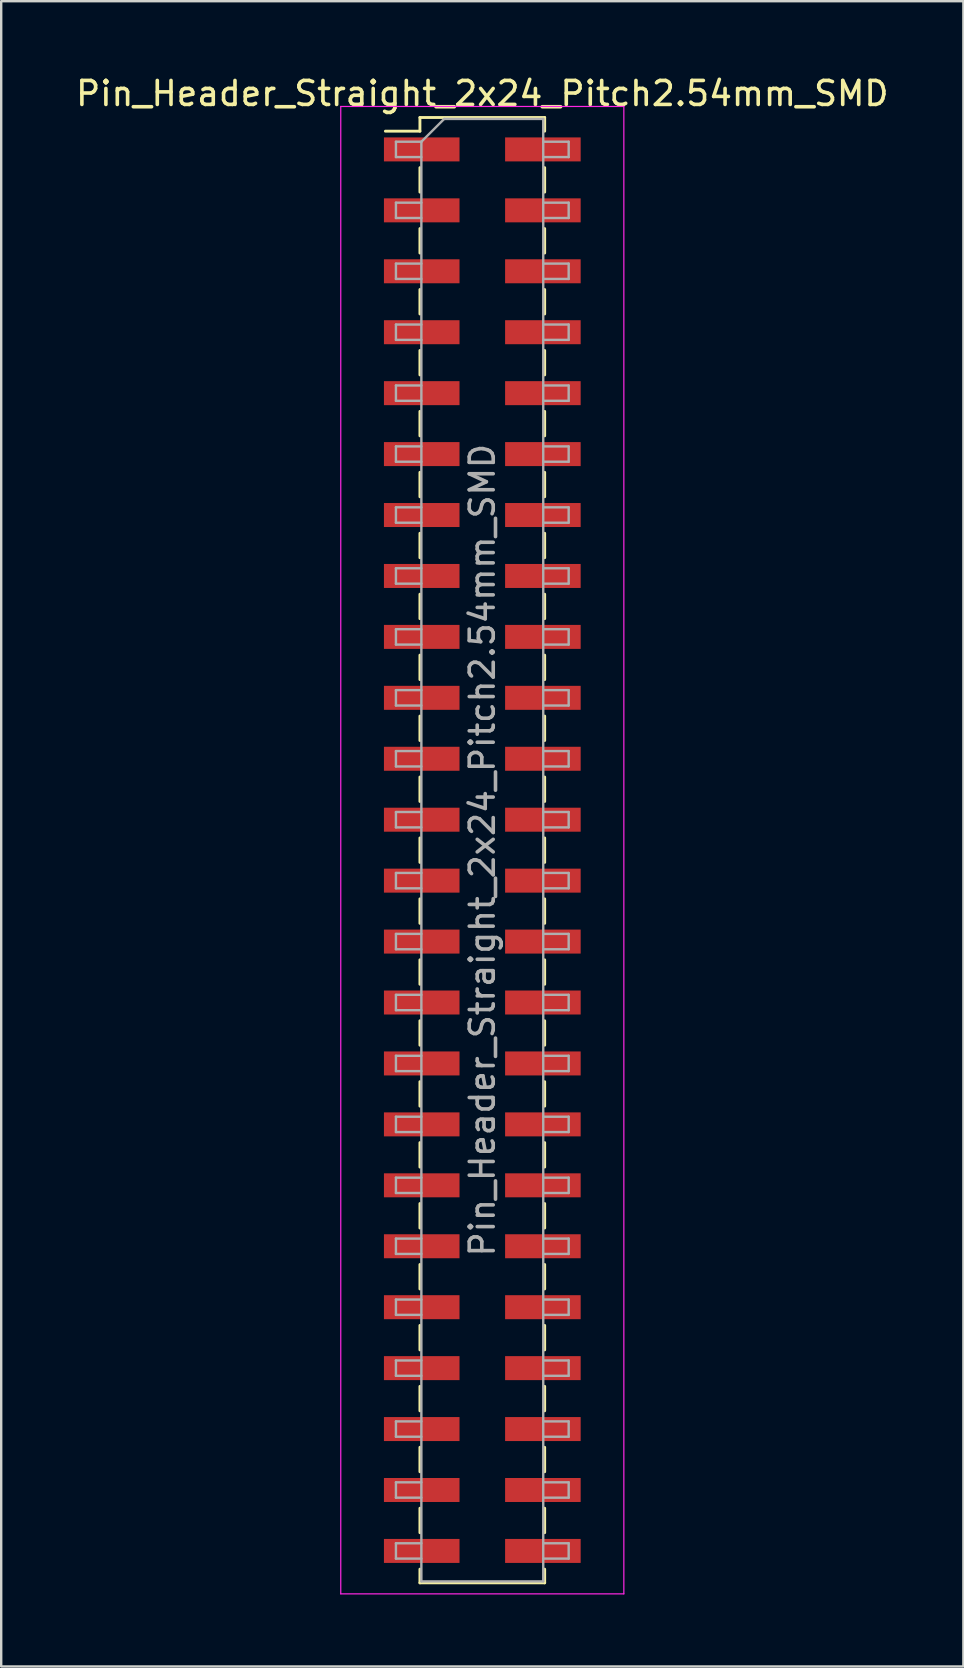
<source format=kicad_pcb>
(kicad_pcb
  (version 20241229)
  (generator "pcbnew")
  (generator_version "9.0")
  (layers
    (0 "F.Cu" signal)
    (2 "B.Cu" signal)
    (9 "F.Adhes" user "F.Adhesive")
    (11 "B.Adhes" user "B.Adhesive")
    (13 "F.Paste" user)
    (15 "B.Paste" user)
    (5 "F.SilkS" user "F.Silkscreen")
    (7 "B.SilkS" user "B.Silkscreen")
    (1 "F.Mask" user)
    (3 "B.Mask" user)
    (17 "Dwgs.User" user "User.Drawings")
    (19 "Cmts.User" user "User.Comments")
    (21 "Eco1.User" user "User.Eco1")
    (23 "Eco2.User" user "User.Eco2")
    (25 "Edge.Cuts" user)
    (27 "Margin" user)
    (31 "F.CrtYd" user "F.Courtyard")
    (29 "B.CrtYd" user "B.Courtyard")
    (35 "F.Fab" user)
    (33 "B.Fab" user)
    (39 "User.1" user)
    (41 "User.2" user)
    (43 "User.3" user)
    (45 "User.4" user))
  (footprint "Pin_Header_Straight_2x24_Pitch2.54mm_SMD"
    (layer "F.Cu")
    (at 17.054 32.388)
    (property "Reference" "Pin_Header_Straight_2x24_Pitch2.54mm_SMD" (at 0 -31.54 0) (layer "F.SilkS") (effects (font (size 1 1) (thickness 0.15))))
    (attr smd)
    (fp_line (start -4.04 -29.97) (end -2.6 -29.97) (stroke (width 0.12) (type solid)) (layer "F.SilkS"))
    (fp_line (start -2.6 -30.54) (end -2.6 -29.97) (stroke (width 0.12) (type solid)) (layer "F.SilkS"))
    (fp_line (start -2.6 -30.54) (end 2.6 -30.54) (stroke (width 0.12) (type solid)) (layer "F.SilkS"))
    (fp_line (start -2.6 -28.45) (end -2.6 -27.43) (stroke (width 0.12) (type solid)) (layer "F.SilkS"))
    (fp_line (start -2.6 -25.91) (end -2.6 -24.89) (stroke (width 0.12) (type solid)) (layer "F.SilkS"))
    (fp_line (start -2.6 -23.37) (end -2.6 -22.35) (stroke (width 0.12) (type solid)) (layer "F.SilkS"))
    (fp_line (start -2.6 -20.83) (end -2.6 -19.81) (stroke (width 0.12) (type solid)) (layer "F.SilkS"))
    (fp_line (start -2.6 -18.29) (end -2.6 -17.27) (stroke (width 0.12) (type solid)) (layer "F.SilkS"))
    (fp_line (start -2.6 -15.75) (end -2.6 -14.73) (stroke (width 0.12) (type solid)) (layer "F.SilkS"))
    (fp_line (start -2.6 -13.21) (end -2.6 -12.19) (stroke (width 0.12) (type solid)) (layer "F.SilkS"))
    (fp_line (start -2.6 -10.67) (end -2.6 -9.65) (stroke (width 0.12) (type solid)) (layer "F.SilkS"))
    (fp_line (start -2.6 -8.13) (end -2.6 -7.11) (stroke (width 0.12) (type solid)) (layer "F.SilkS"))
    (fp_line (start -2.6 -5.59) (end -2.6 -4.57) (stroke (width 0.12) (type solid)) (layer "F.SilkS"))
    (fp_line (start -2.6 -3.05) (end -2.6 -2.03) (stroke (width 0.12) (type solid)) (layer "F.SilkS"))
    (fp_line (start -2.6 -0.51) (end -2.6 0.51) (stroke (width 0.12) (type solid)) (layer "F.SilkS"))
    (fp_line (start -2.6 2.03) (end -2.6 3.05) (stroke (width 0.12) (type solid)) (layer "F.SilkS"))
    (fp_line (start -2.6 4.57) (end -2.6 5.59) (stroke (width 0.12) (type solid)) (layer "F.SilkS"))
    (fp_line (start -2.6 7.11) (end -2.6 8.13) (stroke (width 0.12) (type solid)) (layer "F.SilkS"))
    (fp_line (start -2.6 9.65) (end -2.6 10.67) (stroke (width 0.12) (type solid)) (layer "F.SilkS"))
    (fp_line (start -2.6 12.19) (end -2.6 13.21) (stroke (width 0.12) (type solid)) (layer "F.SilkS"))
    (fp_line (start -2.6 14.73) (end -2.6 15.75) (stroke (width 0.12) (type solid)) (layer "F.SilkS"))
    (fp_line (start -2.6 17.27) (end -2.6 18.29) (stroke (width 0.12) (type solid)) (layer "F.SilkS"))
    (fp_line (start -2.6 19.81) (end -2.6 20.83) (stroke (width 0.12) (type solid)) (layer "F.SilkS"))
    (fp_line (start -2.6 22.35) (end -2.6 23.37) (stroke (width 0.12) (type solid)) (layer "F.SilkS"))
    (fp_line (start -2.6 24.89) (end -2.6 25.91) (stroke (width 0.12) (type solid)) (layer "F.SilkS"))
    (fp_line (start -2.6 27.43) (end -2.6 28.45) (stroke (width 0.12) (type solid)) (layer "F.SilkS"))
    (fp_line (start -2.6 29.97) (end -2.6 30.54) (stroke (width 0.12) (type solid)) (layer "F.SilkS"))
    (fp_line (start -2.6 30.54) (end 2.6 30.54) (stroke (width 0.12) (type solid)) (layer "F.SilkS"))
    (fp_line (start 2.6 -30.54) (end 2.6 -29.97) (stroke (width 0.12) (type solid)) (layer "F.SilkS"))
    (fp_line (start 2.6 -28.45) (end 2.6 -27.43) (stroke (width 0.12) (type solid)) (layer "F.SilkS"))
    (fp_line (start 2.6 -25.91) (end 2.6 -24.89) (stroke (width 0.12) (type solid)) (layer "F.SilkS"))
    (fp_line (start 2.6 -23.37) (end 2.6 -22.35) (stroke (width 0.12) (type solid)) (layer "F.SilkS"))
    (fp_line (start 2.6 -20.83) (end 2.6 -19.81) (stroke (width 0.12) (type solid)) (layer "F.SilkS"))
    (fp_line (start 2.6 -18.29) (end 2.6 -17.27) (stroke (width 0.12) (type solid)) (layer "F.SilkS"))
    (fp_line (start 2.6 -15.75) (end 2.6 -14.73) (stroke (width 0.12) (type solid)) (layer "F.SilkS"))
    (fp_line (start 2.6 -13.21) (end 2.6 -12.19) (stroke (width 0.12) (type solid)) (layer "F.SilkS"))
    (fp_line (start 2.6 -10.67) (end 2.6 -9.65) (stroke (width 0.12) (type solid)) (layer "F.SilkS"))
    (fp_line (start 2.6 -8.13) (end 2.6 -7.11) (stroke (width 0.12) (type solid)) (layer "F.SilkS"))
    (fp_line (start 2.6 -5.59) (end 2.6 -4.57) (stroke (width 0.12) (type solid)) (layer "F.SilkS"))
    (fp_line (start 2.6 -3.05) (end 2.6 -2.03) (stroke (width 0.12) (type solid)) (layer "F.SilkS"))
    (fp_line (start 2.6 -0.51) (end 2.6 0.51) (stroke (width 0.12) (type solid)) (layer "F.SilkS"))
    (fp_line (start 2.6 2.03) (end 2.6 3.05) (stroke (width 0.12) (type solid)) (layer "F.SilkS"))
    (fp_line (start 2.6 4.57) (end 2.6 5.59) (stroke (width 0.12) (type solid)) (layer "F.SilkS"))
    (fp_line (start 2.6 7.11) (end 2.6 8.13) (stroke (width 0.12) (type solid)) (layer "F.SilkS"))
    (fp_line (start 2.6 9.65) (end 2.6 10.67) (stroke (width 0.12) (type solid)) (layer "F.SilkS"))
    (fp_line (start 2.6 12.19) (end 2.6 13.21) (stroke (width 0.12) (type solid)) (layer "F.SilkS"))
    (fp_line (start 2.6 14.73) (end 2.6 15.75) (stroke (width 0.12) (type solid)) (layer "F.SilkS"))
    (fp_line (start 2.6 17.27) (end 2.6 18.29) (stroke (width 0.12) (type solid)) (layer "F.SilkS"))
    (fp_line (start 2.6 19.81) (end 2.6 20.83) (stroke (width 0.12) (type solid)) (layer "F.SilkS"))
    (fp_line (start 2.6 22.35) (end 2.6 23.37) (stroke (width 0.12) (type solid)) (layer "F.SilkS"))
    (fp_line (start 2.6 24.89) (end 2.6 25.91) (stroke (width 0.12) (type solid)) (layer "F.SilkS"))
    (fp_line (start 2.6 27.43) (end 2.6 28.45) (stroke (width 0.12) (type solid)) (layer "F.SilkS"))
    (fp_line (start 2.6 29.97) (end 2.6 30.54) (stroke (width 0.12) (type solid)) (layer "F.SilkS"))
    (fp_line (start -5.9 -31) (end -5.9 31) (stroke (width 0.05) (type solid)) (layer "F.CrtYd"))
    (fp_line (start -5.9 31) (end 5.9 31) (stroke (width 0.05) (type solid)) (layer "F.CrtYd"))
    (fp_line (start 5.9 -31) (end -5.9 -31) (stroke (width 0.05) (type solid)) (layer "F.CrtYd"))
    (fp_line (start 5.9 31) (end 5.9 -31) (stroke (width 0.05) (type solid)) (layer "F.CrtYd"))
    (fp_line (start -3.6 -29.53) (end -3.6 -28.89) (stroke (width 0.1) (type solid)) (layer "F.Fab"))
    (fp_line (start -3.6 -28.89) (end -2.54 -28.89) (stroke (width 0.1) (type solid)) (layer "F.Fab"))
    (fp_line (start -3.6 -26.99) (end -3.6 -26.35) (stroke (width 0.1) (type solid)) (layer "F.Fab"))
    (fp_line (start -3.6 -26.35) (end -2.54 -26.35) (stroke (width 0.1) (type solid)) (layer "F.Fab"))
    (fp_line (start -3.6 -24.45) (end -3.6 -23.81) (stroke (width 0.1) (type solid)) (layer "F.Fab"))
    (fp_line (start -3.6 -23.81) (end -2.54 -23.81) (stroke (width 0.1) (type solid)) (layer "F.Fab"))
    (fp_line (start -3.6 -21.91) (end -3.6 -21.27) (stroke (width 0.1) (type solid)) (layer "F.Fab"))
    (fp_line (start -3.6 -21.27) (end -2.54 -21.27) (stroke (width 0.1) (type solid)) (layer "F.Fab"))
    (fp_line (start -3.6 -19.37) (end -3.6 -18.73) (stroke (width 0.1) (type solid)) (layer "F.Fab"))
    (fp_line (start -3.6 -18.73) (end -2.54 -18.73) (stroke (width 0.1) (type solid)) (layer "F.Fab"))
    (fp_line (start -3.6 -16.83) (end -3.6 -16.19) (stroke (width 0.1) (type solid)) (layer "F.Fab"))
    (fp_line (start -3.6 -16.19) (end -2.54 -16.19) (stroke (width 0.1) (type solid)) (layer "F.Fab"))
    (fp_line (start -3.6 -14.29) (end -3.6 -13.65) (stroke (width 0.1) (type solid)) (layer "F.Fab"))
    (fp_line (start -3.6 -13.65) (end -2.54 -13.65) (stroke (width 0.1) (type solid)) (layer "F.Fab"))
    (fp_line (start -3.6 -11.75) (end -3.6 -11.11) (stroke (width 0.1) (type solid)) (layer "F.Fab"))
    (fp_line (start -3.6 -11.11) (end -2.54 -11.11) (stroke (width 0.1) (type solid)) (layer "F.Fab"))
    (fp_line (start -3.6 -9.21) (end -3.6 -8.57) (stroke (width 0.1) (type solid)) (layer "F.Fab"))
    (fp_line (start -3.6 -8.57) (end -2.54 -8.57) (stroke (width 0.1) (type solid)) (layer "F.Fab"))
    (fp_line (start -3.6 -6.67) (end -3.6 -6.03) (stroke (width 0.1) (type solid)) (layer "F.Fab"))
    (fp_line (start -3.6 -6.03) (end -2.54 -6.03) (stroke (width 0.1) (type solid)) (layer "F.Fab"))
    (fp_line (start -3.6 -4.13) (end -3.6 -3.49) (stroke (width 0.1) (type solid)) (layer "F.Fab"))
    (fp_line (start -3.6 -3.49) (end -2.54 -3.49) (stroke (width 0.1) (type solid)) (layer "F.Fab"))
    (fp_line (start -3.6 -1.59) (end -3.6 -0.95) (stroke (width 0.1) (type solid)) (layer "F.Fab"))
    (fp_line (start -3.6 -0.95) (end -2.54 -0.95) (stroke (width 0.1) (type solid)) (layer "F.Fab"))
    (fp_line (start -3.6 0.95) (end -3.6 1.59) (stroke (width 0.1) (type solid)) (layer "F.Fab"))
    (fp_line (start -3.6 1.59) (end -2.54 1.59) (stroke (width 0.1) (type solid)) (layer "F.Fab"))
    (fp_line (start -3.6 3.49) (end -3.6 4.13) (stroke (width 0.1) (type solid)) (layer "F.Fab"))
    (fp_line (start -3.6 4.13) (end -2.54 4.13) (stroke (width 0.1) (type solid)) (layer "F.Fab"))
    (fp_line (start -3.6 6.03) (end -3.6 6.67) (stroke (width 0.1) (type solid)) (layer "F.Fab"))
    (fp_line (start -3.6 6.67) (end -2.54 6.67) (stroke (width 0.1) (type solid)) (layer "F.Fab"))
    (fp_line (start -3.6 8.57) (end -3.6 9.21) (stroke (width 0.1) (type solid)) (layer "F.Fab"))
    (fp_line (start -3.6 9.21) (end -2.54 9.21) (stroke (width 0.1) (type solid)) (layer "F.Fab"))
    (fp_line (start -3.6 11.11) (end -3.6 11.75) (stroke (width 0.1) (type solid)) (layer "F.Fab"))
    (fp_line (start -3.6 11.75) (end -2.54 11.75) (stroke (width 0.1) (type solid)) (layer "F.Fab"))
    (fp_line (start -3.6 13.65) (end -3.6 14.29) (stroke (width 0.1) (type solid)) (layer "F.Fab"))
    (fp_line (start -3.6 14.29) (end -2.54 14.29) (stroke (width 0.1) (type solid)) (layer "F.Fab"))
    (fp_line (start -3.6 16.19) (end -3.6 16.83) (stroke (width 0.1) (type solid)) (layer "F.Fab"))
    (fp_line (start -3.6 16.83) (end -2.54 16.83) (stroke (width 0.1) (type solid)) (layer "F.Fab"))
    (fp_line (start -3.6 18.73) (end -3.6 19.37) (stroke (width 0.1) (type solid)) (layer "F.Fab"))
    (fp_line (start -3.6 19.37) (end -2.54 19.37) (stroke (width 0.1) (type solid)) (layer "F.Fab"))
    (fp_line (start -3.6 21.27) (end -3.6 21.91) (stroke (width 0.1) (type solid)) (layer "F.Fab"))
    (fp_line (start -3.6 21.91) (end -2.54 21.91) (stroke (width 0.1) (type solid)) (layer "F.Fab"))
    (fp_line (start -3.6 23.81) (end -3.6 24.45) (stroke (width 0.1) (type solid)) (layer "F.Fab"))
    (fp_line (start -3.6 24.45) (end -2.54 24.45) (stroke (width 0.1) (type solid)) (layer "F.Fab"))
    (fp_line (start -3.6 26.35) (end -3.6 26.99) (stroke (width 0.1) (type solid)) (layer "F.Fab"))
    (fp_line (start -3.6 26.99) (end -2.54 26.99) (stroke (width 0.1) (type solid)) (layer "F.Fab"))
    (fp_line (start -3.6 28.89) (end -3.6 29.53) (stroke (width 0.1) (type solid)) (layer "F.Fab"))
    (fp_line (start -3.6 29.53) (end -2.54 29.53) (stroke (width 0.1) (type solid)) (layer "F.Fab"))
    (fp_line (start -2.54 -29.53) (end -3.6 -29.53) (stroke (width 0.1) (type solid)) (layer "F.Fab"))
    (fp_line (start -2.54 -29.53) (end -1.59 -30.48) (stroke (width 0.1) (type solid)) (layer "F.Fab"))
    (fp_line (start -2.54 -26.99) (end -3.6 -26.99) (stroke (width 0.1) (type solid)) (layer "F.Fab"))
    (fp_line (start -2.54 -24.45) (end -3.6 -24.45) (stroke (width 0.1) (type solid)) (layer "F.Fab"))
    (fp_line (start -2.54 -21.91) (end -3.6 -21.91) (stroke (width 0.1) (type solid)) (layer "F.Fab"))
    (fp_line (start -2.54 -19.37) (end -3.6 -19.37) (stroke (width 0.1) (type solid)) (layer "F.Fab"))
    (fp_line (start -2.54 -16.83) (end -3.6 -16.83) (stroke (width 0.1) (type solid)) (layer "F.Fab"))
    (fp_line (start -2.54 -14.29) (end -3.6 -14.29) (stroke (width 0.1) (type solid)) (layer "F.Fab"))
    (fp_line (start -2.54 -11.75) (end -3.6 -11.75) (stroke (width 0.1) (type solid)) (layer "F.Fab"))
    (fp_line (start -2.54 -9.21) (end -3.6 -9.21) (stroke (width 0.1) (type solid)) (layer "F.Fab"))
    (fp_line (start -2.54 -6.67) (end -3.6 -6.67) (stroke (width 0.1) (type solid)) (layer "F.Fab"))
    (fp_line (start -2.54 -4.13) (end -3.6 -4.13) (stroke (width 0.1) (type solid)) (layer "F.Fab"))
    (fp_line (start -2.54 -1.59) (end -3.6 -1.59) (stroke (width 0.1) (type solid)) (layer "F.Fab"))
    (fp_line (start -2.54 0.95) (end -3.6 0.95) (stroke (width 0.1) (type solid)) (layer "F.Fab"))
    (fp_line (start -2.54 3.49) (end -3.6 3.49) (stroke (width 0.1) (type solid)) (layer "F.Fab"))
    (fp_line (start -2.54 6.03) (end -3.6 6.03) (stroke (width 0.1) (type solid)) (layer "F.Fab"))
    (fp_line (start -2.54 8.57) (end -3.6 8.57) (stroke (width 0.1) (type solid)) (layer "F.Fab"))
    (fp_line (start -2.54 11.11) (end -3.6 11.11) (stroke (width 0.1) (type solid)) (layer "F.Fab"))
    (fp_line (start -2.54 13.65) (end -3.6 13.65) (stroke (width 0.1) (type solid)) (layer "F.Fab"))
    (fp_line (start -2.54 16.19) (end -3.6 16.19) (stroke (width 0.1) (type solid)) (layer "F.Fab"))
    (fp_line (start -2.54 18.73) (end -3.6 18.73) (stroke (width 0.1) (type solid)) (layer "F.Fab"))
    (fp_line (start -2.54 21.27) (end -3.6 21.27) (stroke (width 0.1) (type solid)) (layer "F.Fab"))
    (fp_line (start -2.54 23.81) (end -3.6 23.81) (stroke (width 0.1) (type solid)) (layer "F.Fab"))
    (fp_line (start -2.54 26.35) (end -3.6 26.35) (stroke (width 0.1) (type solid)) (layer "F.Fab"))
    (fp_line (start -2.54 28.89) (end -3.6 28.89) (stroke (width 0.1) (type solid)) (layer "F.Fab"))
    (fp_line (start -2.54 30.48) (end -2.54 -29.53) (stroke (width 0.1) (type solid)) (layer "F.Fab"))
    (fp_line (start -1.59 -30.48) (end 2.54 -30.48) (stroke (width 0.1) (type solid)) (layer "F.Fab"))
    (fp_line (start 2.54 -30.48) (end 2.54 30.48) (stroke (width 0.1) (type solid)) (layer "F.Fab"))
    (fp_line (start 2.54 -29.53) (end 3.6 -29.53) (stroke (width 0.1) (type solid)) (layer "F.Fab"))
    (fp_line (start 2.54 -26.99) (end 3.6 -26.99) (stroke (width 0.1) (type solid)) (layer "F.Fab"))
    (fp_line (start 2.54 -24.45) (end 3.6 -24.45) (stroke (width 0.1) (type solid)) (layer "F.Fab"))
    (fp_line (start 2.54 -21.91) (end 3.6 -21.91) (stroke (width 0.1) (type solid)) (layer "F.Fab"))
    (fp_line (start 2.54 -19.37) (end 3.6 -19.37) (stroke (width 0.1) (type solid)) (layer "F.Fab"))
    (fp_line (start 2.54 -16.83) (end 3.6 -16.83) (stroke (width 0.1) (type solid)) (layer "F.Fab"))
    (fp_line (start 2.54 -14.29) (end 3.6 -14.29) (stroke (width 0.1) (type solid)) (layer "F.Fab"))
    (fp_line (start 2.54 -11.75) (end 3.6 -11.75) (stroke (width 0.1) (type solid)) (layer "F.Fab"))
    (fp_line (start 2.54 -9.21) (end 3.6 -9.21) (stroke (width 0.1) (type solid)) (layer "F.Fab"))
    (fp_line (start 2.54 -6.67) (end 3.6 -6.67) (stroke (width 0.1) (type solid)) (layer "F.Fab"))
    (fp_line (start 2.54 -4.13) (end 3.6 -4.13) (stroke (width 0.1) (type solid)) (layer "F.Fab"))
    (fp_line (start 2.54 -1.59) (end 3.6 -1.59) (stroke (width 0.1) (type solid)) (layer "F.Fab"))
    (fp_line (start 2.54 0.95) (end 3.6 0.95) (stroke (width 0.1) (type solid)) (layer "F.Fab"))
    (fp_line (start 2.54 3.49) (end 3.6 3.49) (stroke (width 0.1) (type solid)) (layer "F.Fab"))
    (fp_line (start 2.54 6.03) (end 3.6 6.03) (stroke (width 0.1) (type solid)) (layer "F.Fab"))
    (fp_line (start 2.54 8.57) (end 3.6 8.57) (stroke (width 0.1) (type solid)) (layer "F.Fab"))
    (fp_line (start 2.54 11.11) (end 3.6 11.11) (stroke (width 0.1) (type solid)) (layer "F.Fab"))
    (fp_line (start 2.54 13.65) (end 3.6 13.65) (stroke (width 0.1) (type solid)) (layer "F.Fab"))
    (fp_line (start 2.54 16.19) (end 3.6 16.19) (stroke (width 0.1) (type solid)) (layer "F.Fab"))
    (fp_line (start 2.54 18.73) (end 3.6 18.73) (stroke (width 0.1) (type solid)) (layer "F.Fab"))
    (fp_line (start 2.54 21.27) (end 3.6 21.27) (stroke (width 0.1) (type solid)) (layer "F.Fab"))
    (fp_line (start 2.54 23.81) (end 3.6 23.81) (stroke (width 0.1) (type solid)) (layer "F.Fab"))
    (fp_line (start 2.54 26.35) (end 3.6 26.35) (stroke (width 0.1) (type solid)) (layer "F.Fab"))
    (fp_line (start 2.54 28.89) (end 3.6 28.89) (stroke (width 0.1) (type solid)) (layer "F.Fab"))
    (fp_line (start 2.54 30.48) (end -2.54 30.48) (stroke (width 0.1) (type solid)) (layer "F.Fab"))
    (fp_line (start 3.6 -29.53) (end 3.6 -28.89) (stroke (width 0.1) (type solid)) (layer "F.Fab"))
    (fp_line (start 3.6 -28.89) (end 2.54 -28.89) (stroke (width 0.1) (type solid)) (layer "F.Fab"))
    (fp_line (start 3.6 -26.99) (end 3.6 -26.35) (stroke (width 0.1) (type solid)) (layer "F.Fab"))
    (fp_line (start 3.6 -26.35) (end 2.54 -26.35) (stroke (width 0.1) (type solid)) (layer "F.Fab"))
    (fp_line (start 3.6 -24.45) (end 3.6 -23.81) (stroke (width 0.1) (type solid)) (layer "F.Fab"))
    (fp_line (start 3.6 -23.81) (end 2.54 -23.81) (stroke (width 0.1) (type solid)) (layer "F.Fab"))
    (fp_line (start 3.6 -21.91) (end 3.6 -21.27) (stroke (width 0.1) (type solid)) (layer "F.Fab"))
    (fp_line (start 3.6 -21.27) (end 2.54 -21.27) (stroke (width 0.1) (type solid)) (layer "F.Fab"))
    (fp_line (start 3.6 -19.37) (end 3.6 -18.73) (stroke (width 0.1) (type solid)) (layer "F.Fab"))
    (fp_line (start 3.6 -18.73) (end 2.54 -18.73) (stroke (width 0.1) (type solid)) (layer "F.Fab"))
    (fp_line (start 3.6 -16.83) (end 3.6 -16.19) (stroke (width 0.1) (type solid)) (layer "F.Fab"))
    (fp_line (start 3.6 -16.19) (end 2.54 -16.19) (stroke (width 0.1) (type solid)) (layer "F.Fab"))
    (fp_line (start 3.6 -14.29) (end 3.6 -13.65) (stroke (width 0.1) (type solid)) (layer "F.Fab"))
    (fp_line (start 3.6 -13.65) (end 2.54 -13.65) (stroke (width 0.1) (type solid)) (layer "F.Fab"))
    (fp_line (start 3.6 -11.75) (end 3.6 -11.11) (stroke (width 0.1) (type solid)) (layer "F.Fab"))
    (fp_line (start 3.6 -11.11) (end 2.54 -11.11) (stroke (width 0.1) (type solid)) (layer "F.Fab"))
    (fp_line (start 3.6 -9.21) (end 3.6 -8.57) (stroke (width 0.1) (type solid)) (layer "F.Fab"))
    (fp_line (start 3.6 -8.57) (end 2.54 -8.57) (stroke (width 0.1) (type solid)) (layer "F.Fab"))
    (fp_line (start 3.6 -6.67) (end 3.6 -6.03) (stroke (width 0.1) (type solid)) (layer "F.Fab"))
    (fp_line (start 3.6 -6.03) (end 2.54 -6.03) (stroke (width 0.1) (type solid)) (layer "F.Fab"))
    (fp_line (start 3.6 -4.13) (end 3.6 -3.49) (stroke (width 0.1) (type solid)) (layer "F.Fab"))
    (fp_line (start 3.6 -3.49) (end 2.54 -3.49) (stroke (width 0.1) (type solid)) (layer "F.Fab"))
    (fp_line (start 3.6 -1.59) (end 3.6 -0.95) (stroke (width 0.1) (type solid)) (layer "F.Fab"))
    (fp_line (start 3.6 -0.95) (end 2.54 -0.95) (stroke (width 0.1) (type solid)) (layer "F.Fab"))
    (fp_line (start 3.6 0.95) (end 3.6 1.59) (stroke (width 0.1) (type solid)) (layer "F.Fab"))
    (fp_line (start 3.6 1.59) (end 2.54 1.59) (stroke (width 0.1) (type solid)) (layer "F.Fab"))
    (fp_line (start 3.6 3.49) (end 3.6 4.13) (stroke (width 0.1) (type solid)) (layer "F.Fab"))
    (fp_line (start 3.6 4.13) (end 2.54 4.13) (stroke (width 0.1) (type solid)) (layer "F.Fab"))
    (fp_line (start 3.6 6.03) (end 3.6 6.67) (stroke (width 0.1) (type solid)) (layer "F.Fab"))
    (fp_line (start 3.6 6.67) (end 2.54 6.67) (stroke (width 0.1) (type solid)) (layer "F.Fab"))
    (fp_line (start 3.6 8.57) (end 3.6 9.21) (stroke (width 0.1) (type solid)) (layer "F.Fab"))
    (fp_line (start 3.6 9.21) (end 2.54 9.21) (stroke (width 0.1) (type solid)) (layer "F.Fab"))
    (fp_line (start 3.6 11.11) (end 3.6 11.75) (stroke (width 0.1) (type solid)) (layer "F.Fab"))
    (fp_line (start 3.6 11.75) (end 2.54 11.75) (stroke (width 0.1) (type solid)) (layer "F.Fab"))
    (fp_line (start 3.6 13.65) (end 3.6 14.29) (stroke (width 0.1) (type solid)) (layer "F.Fab"))
    (fp_line (start 3.6 14.29) (end 2.54 14.29) (stroke (width 0.1) (type solid)) (layer "F.Fab"))
    (fp_line (start 3.6 16.19) (end 3.6 16.83) (stroke (width 0.1) (type solid)) (layer "F.Fab"))
    (fp_line (start 3.6 16.83) (end 2.54 16.83) (stroke (width 0.1) (type solid)) (layer "F.Fab"))
    (fp_line (start 3.6 18.73) (end 3.6 19.37) (stroke (width 0.1) (type solid)) (layer "F.Fab"))
    (fp_line (start 3.6 19.37) (end 2.54 19.37) (stroke (width 0.1) (type solid)) (layer "F.Fab"))
    (fp_line (start 3.6 21.27) (end 3.6 21.91) (stroke (width 0.1) (type solid)) (layer "F.Fab"))
    (fp_line (start 3.6 21.91) (end 2.54 21.91) (stroke (width 0.1) (type solid)) (layer "F.Fab"))
    (fp_line (start 3.6 23.81) (end 3.6 24.45) (stroke (width 0.1) (type solid)) (layer "F.Fab"))
    (fp_line (start 3.6 24.45) (end 2.54 24.45) (stroke (width 0.1) (type solid)) (layer "F.Fab"))
    (fp_line (start 3.6 26.35) (end 3.6 26.99) (stroke (width 0.1) (type solid)) (layer "F.Fab"))
    (fp_line (start 3.6 26.99) (end 2.54 26.99) (stroke (width 0.1) (type solid)) (layer "F.Fab"))
    (fp_line (start 3.6 28.89) (end 3.6 29.53) (stroke (width 0.1) (type solid)) (layer "F.Fab"))
    (fp_line (start 3.6 29.53) (end 2.54 29.53) (stroke (width 0.1) (type solid)) (layer "F.Fab"))
    (fp_text user "${REFERENCE}" (at 0 0 90) (layer "F.Fab") (effects (font (size 1 1) (thickness 0.15))))
    (pad "1" smd rect (at -2.525 -29.21) (size 3.15 1) (layers "F.Cu" "F.Mask" "F.Paste"))
    (pad "2" smd rect (at 2.525 -29.21) (size 3.15 1) (layers "F.Cu" "F.Mask" "F.Paste"))
    (pad "3" smd rect (at -2.525 -26.67) (size 3.15 1) (layers "F.Cu" "F.Mask" "F.Paste"))
    (pad "4" smd rect (at 2.525 -26.67) (size 3.15 1) (layers "F.Cu" "F.Mask" "F.Paste"))
    (pad "5" smd rect (at -2.525 -24.13) (size 3.15 1) (layers "F.Cu" "F.Mask" "F.Paste"))
    (pad "6" smd rect (at 2.525 -24.13) (size 3.15 1) (layers "F.Cu" "F.Mask" "F.Paste"))
    (pad "7" smd rect (at -2.525 -21.59) (size 3.15 1) (layers "F.Cu" "F.Mask" "F.Paste"))
    (pad "8" smd rect (at 2.525 -21.59) (size 3.15 1) (layers "F.Cu" "F.Mask" "F.Paste"))
    (pad "9" smd rect (at -2.525 -19.05) (size 3.15 1) (layers "F.Cu" "F.Mask" "F.Paste"))
    (pad "10" smd rect (at 2.525 -19.05) (size 3.15 1) (layers "F.Cu" "F.Mask" "F.Paste"))
    (pad "11" smd rect (at -2.525 -16.51) (size 3.15 1) (layers "F.Cu" "F.Mask" "F.Paste"))
    (pad "12" smd rect (at 2.525 -16.51) (size 3.15 1) (layers "F.Cu" "F.Mask" "F.Paste"))
    (pad "13" smd rect (at -2.525 -13.97) (size 3.15 1) (layers "F.Cu" "F.Mask" "F.Paste"))
    (pad "14" smd rect (at 2.525 -13.97) (size 3.15 1) (layers "F.Cu" "F.Mask" "F.Paste"))
    (pad "15" smd rect (at -2.525 -11.43) (size 3.15 1) (layers "F.Cu" "F.Mask" "F.Paste"))
    (pad "16" smd rect (at 2.525 -11.43) (size 3.15 1) (layers "F.Cu" "F.Mask" "F.Paste"))
    (pad "17" smd rect (at -2.525 -8.89) (size 3.15 1) (layers "F.Cu" "F.Mask" "F.Paste"))
    (pad "18" smd rect (at 2.525 -8.89) (size 3.15 1) (layers "F.Cu" "F.Mask" "F.Paste"))
    (pad "19" smd rect (at -2.525 -6.35) (size 3.15 1) (layers "F.Cu" "F.Mask" "F.Paste"))
    (pad "20" smd rect (at 2.525 -6.35) (size 3.15 1) (layers "F.Cu" "F.Mask" "F.Paste"))
    (pad "21" smd rect (at -2.525 -3.81) (size 3.15 1) (layers "F.Cu" "F.Mask" "F.Paste"))
    (pad "22" smd rect (at 2.525 -3.81) (size 3.15 1) (layers "F.Cu" "F.Mask" "F.Paste"))
    (pad "23" smd rect (at -2.525 -1.27) (size 3.15 1) (layers "F.Cu" "F.Mask" "F.Paste"))
    (pad "24" smd rect (at 2.525 -1.27) (size 3.15 1) (layers "F.Cu" "F.Mask" "F.Paste"))
    (pad "25" smd rect (at -2.525 1.27) (size 3.15 1) (layers "F.Cu" "F.Mask" "F.Paste"))
    (pad "26" smd rect (at 2.525 1.27) (size 3.15 1) (layers "F.Cu" "F.Mask" "F.Paste"))
    (pad "27" smd rect (at -2.525 3.81) (size 3.15 1) (layers "F.Cu" "F.Mask" "F.Paste"))
    (pad "28" smd rect (at 2.525 3.81) (size 3.15 1) (layers "F.Cu" "F.Mask" "F.Paste"))
    (pad "29" smd rect (at -2.525 6.35) (size 3.15 1) (layers "F.Cu" "F.Mask" "F.Paste"))
    (pad "30" smd rect (at 2.525 6.35) (size 3.15 1) (layers "F.Cu" "F.Mask" "F.Paste"))
    (pad "31" smd rect (at -2.525 8.89) (size 3.15 1) (layers "F.Cu" "F.Mask" "F.Paste"))
    (pad "32" smd rect (at 2.525 8.89) (size 3.15 1) (layers "F.Cu" "F.Mask" "F.Paste"))
    (pad "33" smd rect (at -2.525 11.43) (size 3.15 1) (layers "F.Cu" "F.Mask" "F.Paste"))
    (pad "34" smd rect (at 2.525 11.43) (size 3.15 1) (layers "F.Cu" "F.Mask" "F.Paste"))
    (pad "35" smd rect (at -2.525 13.97) (size 3.15 1) (layers "F.Cu" "F.Mask" "F.Paste"))
    (pad "36" smd rect (at 2.525 13.97) (size 3.15 1) (layers "F.Cu" "F.Mask" "F.Paste"))
    (pad "37" smd rect (at -2.525 16.51) (size 3.15 1) (layers "F.Cu" "F.Mask" "F.Paste"))
    (pad "38" smd rect (at 2.525 16.51) (size 3.15 1) (layers "F.Cu" "F.Mask" "F.Paste"))
    (pad "39" smd rect (at -2.525 19.05) (size 3.15 1) (layers "F.Cu" "F.Mask" "F.Paste"))
    (pad "40" smd rect (at 2.525 19.05) (size 3.15 1) (layers "F.Cu" "F.Mask" "F.Paste"))
    (pad "41" smd rect (at -2.525 21.59) (size 3.15 1) (layers "F.Cu" "F.Mask" "F.Paste"))
    (pad "42" smd rect (at 2.525 21.59) (size 3.15 1) (layers "F.Cu" "F.Mask" "F.Paste"))
    (pad "43" smd rect (at -2.525 24.13) (size 3.15 1) (layers "F.Cu" "F.Mask" "F.Paste"))
    (pad "44" smd rect (at 2.525 24.13) (size 3.15 1) (layers "F.Cu" "F.Mask" "F.Paste"))
    (pad "45" smd rect (at -2.525 26.67) (size 3.15 1) (layers "F.Cu" "F.Mask" "F.Paste"))
    (pad "46" smd rect (at 2.525 26.67) (size 3.15 1) (layers "F.Cu" "F.Mask" "F.Paste"))
    (pad "47" smd rect (at -2.525 29.21) (size 3.15 1) (layers "F.Cu" "F.Mask" "F.Paste"))
    (pad "48" smd rect (at 2.525 29.21) (size 3.15 1) (layers "F.Cu" "F.Mask" "F.Paste")))
  (gr_rect
    (start -3 -3)
    (end 37.107 66.413)
    (stroke (width 0.1) (type default))
    (fill no)
    (layer "Edge.Cuts")))
</source>
